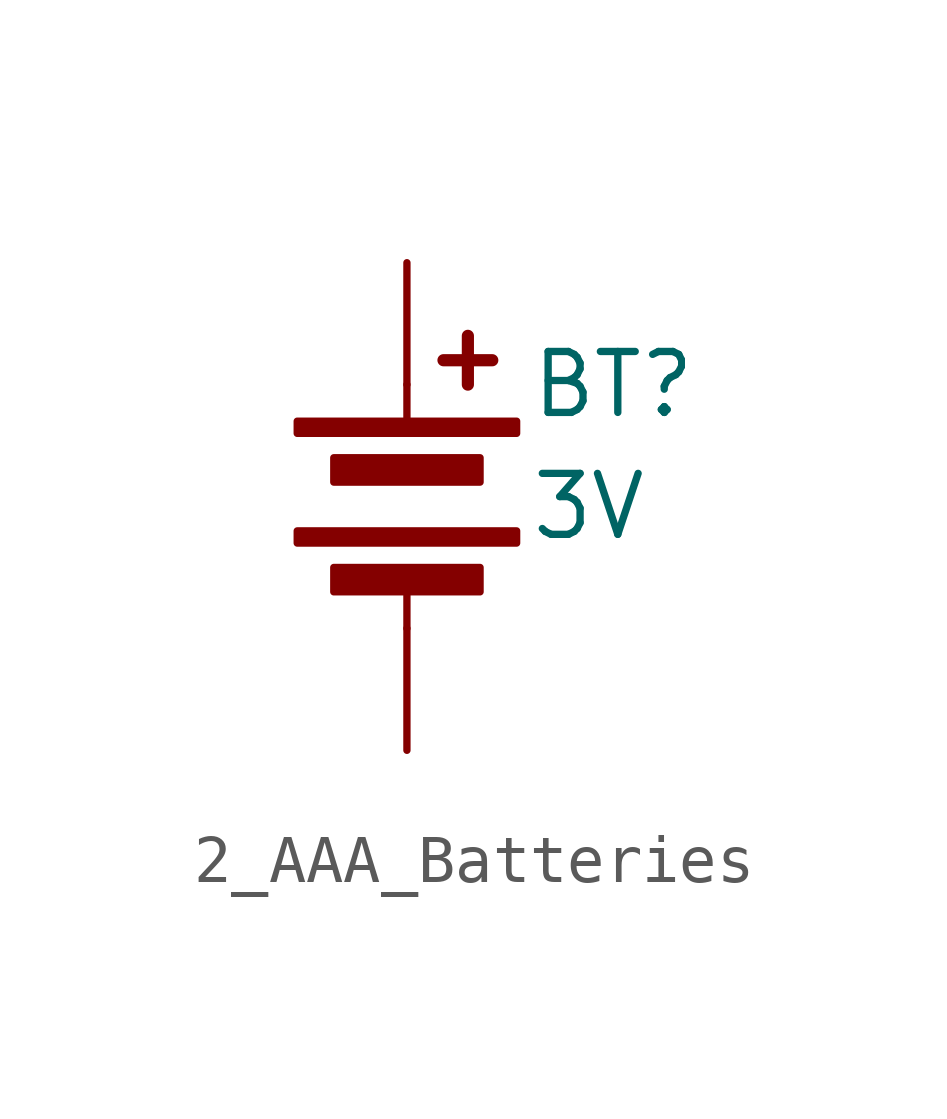
<source format=kicad_sym>
(kicad_symbol_lib
  (version 20241209)
  (generator "kicad_symbol_editor")
  (generator_version "9.0")
  (symbol "2_AAA_Batteries"
    (pin_numbers
      (hide yes))
    (pin_names
      (offset 0)
      (hide yes))
    (property "Reference" "BT"
      (at 2.54 2.54 0)
      (effects (font (size 1.27 1.27)) (justify left)))
    (property "Value" "3V"
      (at 2.54 0 0)
      (effects (font (size 1.27 1.27)) (justify left)))
    (symbol "2_AAA_Batteries_0_1"
      (rectangle (start -2.286 1.778) (end 2.286 1.524) (stroke (width 0) (type default)) (fill (type outline)))
      (rectangle (start -2.286 -0.508) (end 2.286 -0.762) (stroke (width 0) (type default)) (fill (type outline)))
      (rectangle (start -1.524 1.016) (end 1.524 0.508) (stroke (width 0) (type default)) (fill (type outline)))
      (rectangle (start -1.524 -1.27) (end 1.524 -1.778) (stroke (width 0) (type default)) (fill (type outline)))
      (polyline (pts (xy 0 1.778) (xy 0 2.54)) (stroke (width 0) (type default)) (fill (type none)))
      (polyline (pts (xy 0 -2.54) (xy 0 -1.778)) (stroke (width 0) (type default)) (fill (type none)))
      (polyline (pts (xy 0.762 3.048) (xy 1.778 3.048)) (stroke (width 0.254) (type default)) (fill (type none)))
      (polyline (pts (xy 1.27 3.556) (xy 1.27 2.54)) (stroke (width 0.254) (type default)) (fill (type none))))
    (symbol "2_AAA_Batteries_1_1"
      (pin power_out line (at 0 5.08 270) (length 2.54) (name "+" (effects (font (size 1.27 1.27)))) (number "1" (effects (font (size 1.27 1.27)))))
      (pin power_in line (at 0 -5.08 90) (length 2.54) (name "-" (effects (font (size 1.27 1.27)))) (number "2" (effects (font (size 1.27 1.27))))))))
</source>
